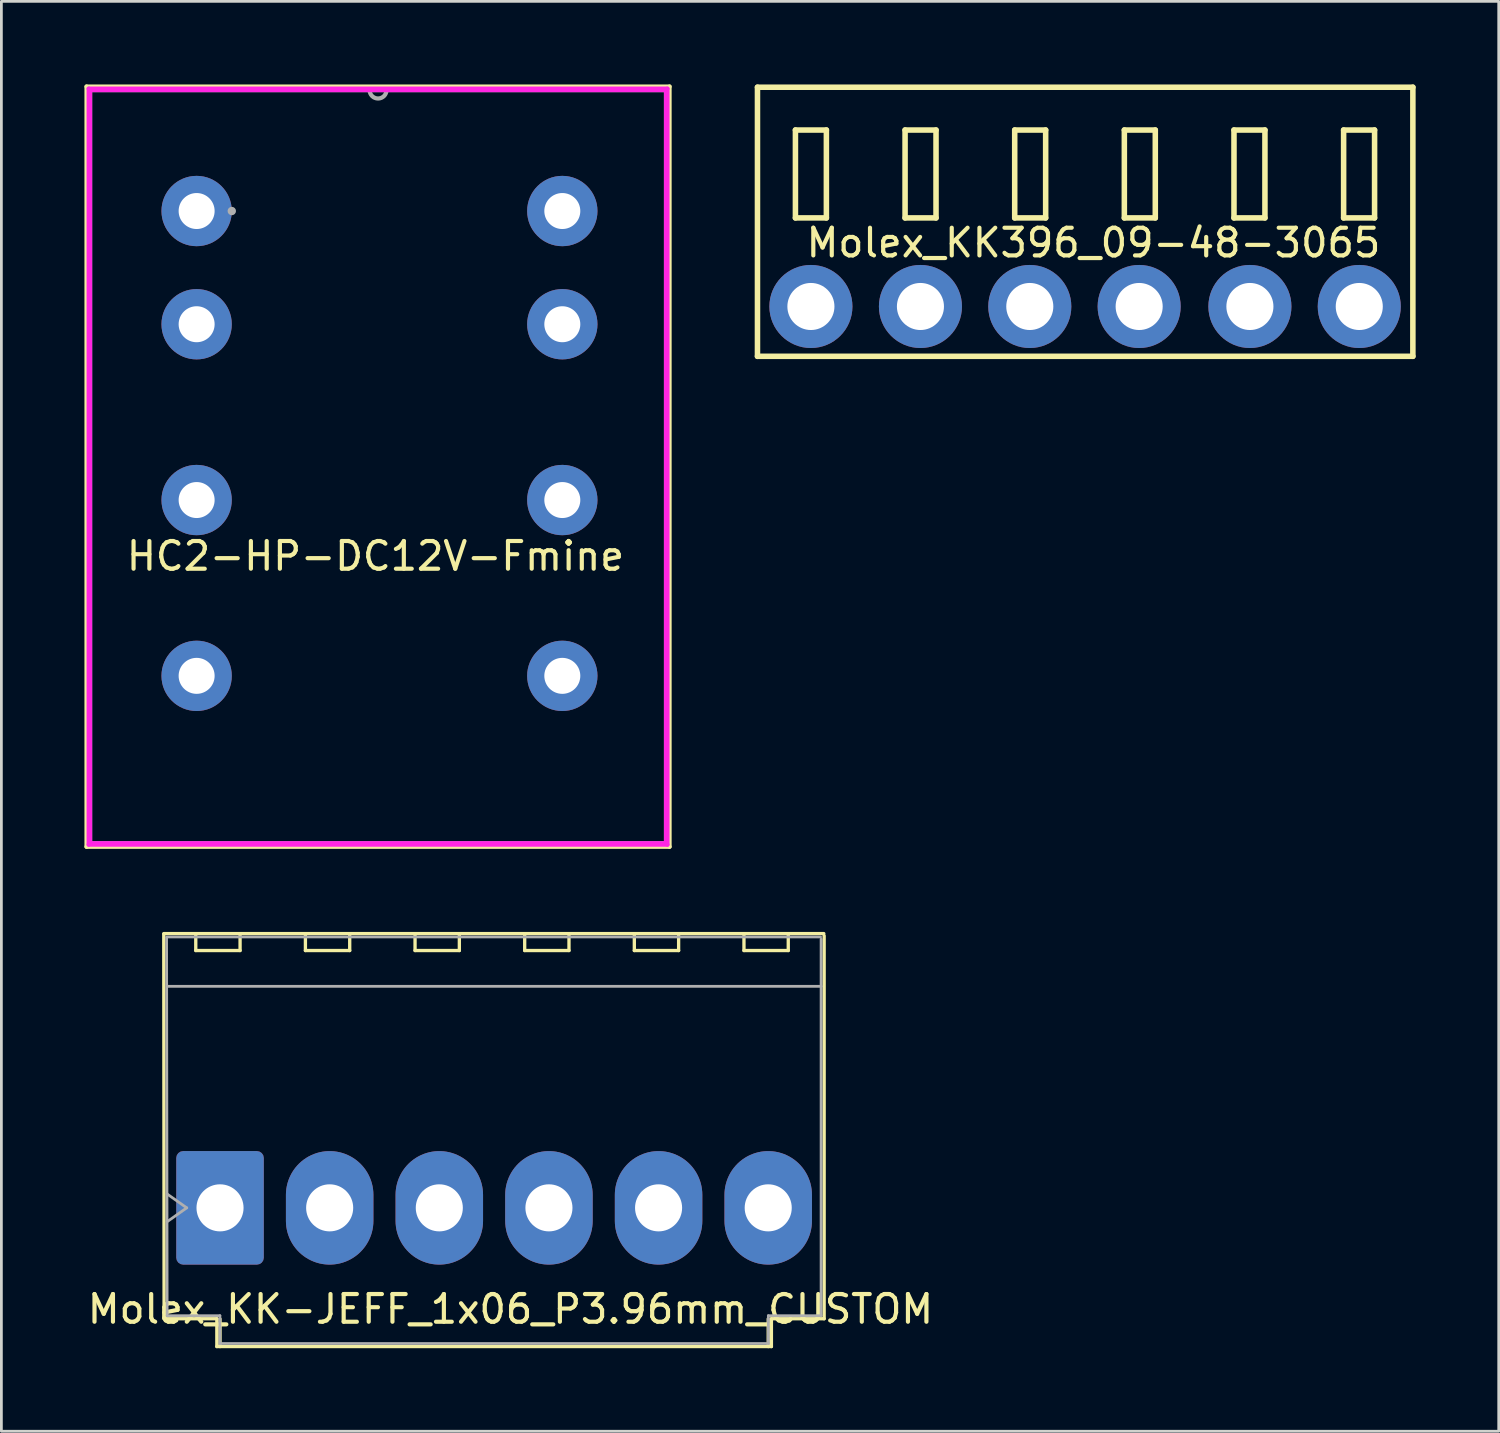
<source format=kicad_pcb>
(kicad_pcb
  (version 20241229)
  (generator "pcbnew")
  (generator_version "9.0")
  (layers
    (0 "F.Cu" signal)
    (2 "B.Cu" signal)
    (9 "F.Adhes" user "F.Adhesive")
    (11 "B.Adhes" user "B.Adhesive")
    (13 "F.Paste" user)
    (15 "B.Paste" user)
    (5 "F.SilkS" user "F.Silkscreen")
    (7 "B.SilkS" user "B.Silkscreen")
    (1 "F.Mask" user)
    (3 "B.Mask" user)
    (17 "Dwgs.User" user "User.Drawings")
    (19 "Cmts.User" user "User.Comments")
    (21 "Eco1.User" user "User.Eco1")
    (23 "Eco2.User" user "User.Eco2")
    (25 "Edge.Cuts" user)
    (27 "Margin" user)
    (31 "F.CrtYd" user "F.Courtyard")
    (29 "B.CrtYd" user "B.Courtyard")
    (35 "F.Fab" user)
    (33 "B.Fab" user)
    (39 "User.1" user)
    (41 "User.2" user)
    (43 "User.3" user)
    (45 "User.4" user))
  (footprint "Molex_KK-JEFF_1x06_P3.96mm_CUSTOM"
    (layer "F.Cu")
    (at 4.897 40.576)
    (property "Reference" "Molex_KK-JEFF_1x06_P3.96mm_CUSTOM" (at 10.49 3.658 0) (layer "F.SilkS") (effects (font (size 1 1) (thickness 0.15))))
    (attr through_hole)
    (fp_line (start -2.032 -9.906) (end 21.808 -9.906) (stroke (width 0.12) (type solid)) (layer "F.SilkS"))
    (fp_line (start -2.02 4.005) (end -2.032 -9.881) (stroke (width 0.12) (type solid)) (layer "F.SilkS"))
    (fp_line (start -0.876 -9.894) (end -0.876 -9.294) (stroke (width 0.12) (type solid)) (layer "F.SilkS"))
    (fp_line (start -0.876 -9.294) (end 0.724 -9.294) (stroke (width 0.12) (type solid)) (layer "F.SilkS"))
    (fp_line (start -0.115 4.005) (end -2.02 4.005) (stroke (width 0.12) (type solid)) (layer "F.SilkS"))
    (fp_line (start -0.115 5.01) (end -0.115 4.005) (stroke (width 0.12) (type solid)) (layer "F.SilkS"))
    (fp_line (start 0 5.01) (end 0 4.01) (stroke (width 0.12) (type solid)) (layer "F.SilkS"))
    (fp_line (start 0.724 -9.294) (end 0.724 -9.894) (stroke (width 0.12) (type solid)) (layer "F.SilkS"))
    (fp_line (start 3.084 -9.894) (end 3.084 -9.294) (stroke (width 0.12) (type solid)) (layer "F.SilkS"))
    (fp_line (start 3.084 -9.294) (end 4.684 -9.294) (stroke (width 0.12) (type solid)) (layer "F.SilkS"))
    (fp_line (start 4.684 -9.294) (end 4.684 -9.894) (stroke (width 0.12) (type solid)) (layer "F.SilkS"))
    (fp_line (start 7.044 -9.894) (end 7.044 -9.294) (stroke (width 0.12) (type solid)) (layer "F.SilkS"))
    (fp_line (start 7.044 -9.294) (end 8.644 -9.294) (stroke (width 0.12) (type solid)) (layer "F.SilkS"))
    (fp_line (start 8.644 -9.294) (end 8.644 -9.894) (stroke (width 0.12) (type solid)) (layer "F.SilkS"))
    (fp_line (start 11.004 -9.894) (end 11.004 -9.294) (stroke (width 0.12) (type solid)) (layer "F.SilkS"))
    (fp_line (start 11.004 -9.294) (end 12.604 -9.294) (stroke (width 0.12) (type solid)) (layer "F.SilkS"))
    (fp_line (start 12.604 -9.294) (end 12.604 -9.894) (stroke (width 0.12) (type solid)) (layer "F.SilkS"))
    (fp_line (start 14.964 -9.894) (end 14.964 -9.294) (stroke (width 0.12) (type solid)) (layer "F.SilkS"))
    (fp_line (start 14.964 -9.294) (end 16.564 -9.294) (stroke (width 0.12) (type solid)) (layer "F.SilkS"))
    (fp_line (start 16.564 -9.294) (end 16.564 -9.894) (stroke (width 0.12) (type solid)) (layer "F.SilkS"))
    (fp_line (start 18.924 -9.894) (end 18.924 -9.294) (stroke (width 0.12) (type solid)) (layer "F.SilkS"))
    (fp_line (start 18.924 -9.294) (end 20.524 -9.294) (stroke (width 0.12) (type solid)) (layer "F.SilkS"))
    (fp_line (start 19.8 4.01) (end 19.8 5.01) (stroke (width 0.12) (type solid)) (layer "F.SilkS"))
    (fp_line (start 19.915 4.005) (end 19.915 5.01) (stroke (width 0.12) (type solid)) (layer "F.SilkS"))
    (fp_line (start 19.915 5.01) (end -0.115 5.01) (stroke (width 0.12) (type solid)) (layer "F.SilkS"))
    (fp_line (start 20.524 -9.294) (end 20.524 -9.894) (stroke (width 0.12) (type solid)) (layer "F.SilkS"))
    (fp_line (start 21.82 -9.83) (end 21.82 4.005) (stroke (width 0.12) (type solid)) (layer "F.SilkS"))
    (fp_line (start 21.82 4.005) (end 19.915 4.005) (stroke (width 0.12) (type solid)) (layer "F.SilkS"))
    (fp_line (start -1.928 -9.784) (end 21.692 -9.784) (stroke (width 0.1) (type solid)) (layer "F.Fab"))
    (fp_line (start -1.91 -0.5) (end -1.203 0) (stroke (width 0.1) (type solid)) (layer "F.Fab"))
    (fp_line (start -1.91 3.895) (end -1.93 -9.754) (stroke (width 0.1) (type solid)) (layer "F.Fab"))
    (fp_line (start -1.903 -8.001) (end 21.717 -8.001) (stroke (width 0.1) (type solid)) (layer "F.Fab"))
    (fp_line (start -1.203 0) (end -1.91 0.5) (stroke (width 0.1) (type solid)) (layer "F.Fab"))
    (fp_line (start -0.005 3.895) (end -1.91 3.895) (stroke (width 0.1) (type solid)) (layer "F.Fab"))
    (fp_line (start -0.005 4.9) (end -0.005 3.895) (stroke (width 0.1) (type solid)) (layer "F.Fab"))
    (fp_line (start 19.805 3.895) (end 19.805 4.9) (stroke (width 0.1) (type solid)) (layer "F.Fab"))
    (fp_line (start 19.805 4.9) (end -0.005 4.9) (stroke (width 0.1) (type solid)) (layer "F.Fab"))
    (fp_line (start 21.71 -9.703) (end 21.71 3.895) (stroke (width 0.1) (type solid)) (layer "F.Fab"))
    (fp_line (start 21.71 3.895) (end 19.805 3.895) (stroke (width 0.1) (type solid)) (layer "F.Fab"))
    (pad "1" thru_hole roundrect (at 0 0) (size 3.16 4.1) (drill 1.7) (layers "*.Cu" "*.Mask") (roundrect_rratio 0.079))
    (pad "2" thru_hole oval (at 3.96 0) (size 3.16 4.1) (drill 1.7) (layers "*.Cu" "*.Mask"))
    (pad "3" thru_hole oval (at 7.92 0) (size 3.16 4.1) (drill 1.7) (layers "*.Cu" "*.Mask"))
    (pad "4" thru_hole oval (at 11.88 0) (size 3.16 4.1) (drill 1.7) (layers "*.Cu" "*.Mask"))
    (pad "5" thru_hole oval (at 15.84 0) (size 3.16 4.1) (drill 1.7) (layers "*.Cu" "*.Mask"))
    (pad "6" thru_hole oval (at 19.8 0) (size 3.16 4.1) (drill 1.7) (layers "*.Cu" "*.Mask")))
  (footprint "Molex_KK396_09-48-3065"
    (layer "F.Cu")
    (at 36.145 9.52)
    (property "Reference" "Molex_KK396_09-48-3065" (at 0.3 -3.8 0) (layer "F.SilkS") (effects (font (size 1 1) (thickness 0.15))))
    (attr through_hole)
    (fp_line (start -11.836 -9.42) (end 11.836 -9.42) (stroke (width 0.2) (type solid)) (layer "F.SilkS"))
    (fp_line (start -11.836 0.3) (end -11.836 -9.42) (stroke (width 0.2) (type solid)) (layer "F.SilkS"))
    (fp_line (start -10.465 -7.874) (end -9.347 -7.874) (stroke (width 0.2) (type solid)) (layer "F.SilkS"))
    (fp_line (start -10.465 -4.699) (end -10.465 -7.874) (stroke (width 0.2) (type solid)) (layer "F.SilkS"))
    (fp_line (start -9.347 -7.874) (end -9.347 -4.699) (stroke (width 0.2) (type solid)) (layer "F.SilkS"))
    (fp_line (start -9.347 -4.699) (end -10.465 -4.699) (stroke (width 0.2) (type solid)) (layer "F.SilkS"))
    (fp_line (start -6.505 -7.874) (end -5.387 -7.874) (stroke (width 0.2) (type solid)) (layer "F.SilkS"))
    (fp_line (start -6.505 -4.699) (end -6.505 -7.874) (stroke (width 0.2) (type solid)) (layer "F.SilkS"))
    (fp_line (start -5.387 -7.874) (end -5.387 -4.699) (stroke (width 0.2) (type solid)) (layer "F.SilkS"))
    (fp_line (start -5.387 -4.699) (end -6.505 -4.699) (stroke (width 0.2) (type solid)) (layer "F.SilkS"))
    (fp_line (start -2.545 -7.874) (end -1.427 -7.874) (stroke (width 0.2) (type solid)) (layer "F.SilkS"))
    (fp_line (start -2.545 -4.699) (end -2.545 -7.874) (stroke (width 0.2) (type solid)) (layer "F.SilkS"))
    (fp_line (start -1.427 -7.874) (end -1.427 -4.699) (stroke (width 0.2) (type solid)) (layer "F.SilkS"))
    (fp_line (start -1.427 -4.699) (end -2.545 -4.699) (stroke (width 0.2) (type solid)) (layer "F.SilkS"))
    (fp_line (start 1.415 -7.874) (end 2.533 -7.874) (stroke (width 0.2) (type solid)) (layer "F.SilkS"))
    (fp_line (start 1.415 -4.699) (end 1.415 -7.874) (stroke (width 0.2) (type solid)) (layer "F.SilkS"))
    (fp_line (start 2.533 -7.874) (end 2.533 -4.699) (stroke (width 0.2) (type solid)) (layer "F.SilkS"))
    (fp_line (start 2.533 -4.699) (end 1.415 -4.699) (stroke (width 0.2) (type solid)) (layer "F.SilkS"))
    (fp_line (start 5.375 -7.874) (end 6.493 -7.874) (stroke (width 0.2) (type solid)) (layer "F.SilkS"))
    (fp_line (start 5.375 -4.699) (end 5.375 -7.874) (stroke (width 0.2) (type solid)) (layer "F.SilkS"))
    (fp_line (start 6.493 -7.874) (end 6.493 -4.699) (stroke (width 0.2) (type solid)) (layer "F.SilkS"))
    (fp_line (start 6.493 -4.699) (end 5.375 -4.699) (stroke (width 0.2) (type solid)) (layer "F.SilkS"))
    (fp_line (start 9.335 -7.874) (end 10.453 -7.874) (stroke (width 0.2) (type solid)) (layer "F.SilkS"))
    (fp_line (start 9.335 -4.699) (end 9.335 -7.874) (stroke (width 0.2) (type solid)) (layer "F.SilkS"))
    (fp_line (start 10.453 -7.874) (end 10.453 -4.699) (stroke (width 0.2) (type solid)) (layer "F.SilkS"))
    (fp_line (start 10.453 -4.699) (end 9.335 -4.699) (stroke (width 0.2) (type solid)) (layer "F.SilkS"))
    (fp_line (start 11.836 -9.42) (end 11.836 0.3) (stroke (width 0.2) (type solid)) (layer "F.SilkS"))
    (fp_line (start 11.836 0.3) (end -11.836 0.3) (stroke (width 0.2) (type solid)) (layer "F.SilkS"))
    (pad "1" thru_hole circle (at -9.906 -1.5) (size 3 3) (drill 1.7) (layers "*.Cu" "*.Mask"))
    (pad "2" thru_hole circle (at -5.95 -1.5) (size 3 3) (drill 1.7) (layers "*.Cu" "*.Mask"))
    (pad "2" thru_hole circle (at -2 -1.5) (size 3 3) (drill 1.7) (layers "*.Cu" "*.Mask"))
    (pad "2" thru_hole circle (at 1.95 -1.5) (size 3 3) (drill 1.7) (layers "*.Cu" "*.Mask"))
    (pad "2" thru_hole circle (at 5.95 -1.5) (size 3 3) (drill 1.7) (layers "*.Cu" "*.Mask"))
    (pad "2" thru_hole circle (at 9.9 -1.5) (size 3 3) (drill 1.7) (layers "*.Cu" "*.Mask")))
  (footprint "HC2-HP-DC12V-Fmine"
    (layer "F.Cu")
    (at 17.285 22.987)
    (property "Reference" "HC2-HP-DC12V-Fmine" (at -6.773 -5.951 180) (layer "F.SilkS") (effects (font (size 1 1) (thickness 0.15))))
    (attr through_hole)
    (fp_line (start -17.209 -22.911) (end -17.209 4.547) (stroke (width 0.152) (type solid)) (layer "F.SilkS"))
    (fp_line (start -17.209 4.547) (end 3.848 4.547) (stroke (width 0.152) (type solid)) (layer "F.SilkS"))
    (fp_line (start 3.848 -22.911) (end -17.209 -22.911) (stroke (width 0.152) (type solid)) (layer "F.SilkS"))
    (fp_line (start 3.848 4.547) (end 3.848 -22.911) (stroke (width 0.152) (type solid)) (layer "F.SilkS"))
    (fp_line (start -17.132 -22.835) (end 3.772 -22.835) (stroke (width 0.152) (type solid)) (layer "F.CrtYd"))
    (fp_line (start -17.132 4.47) (end -17.132 -22.835) (stroke (width 0.152) (type solid)) (layer "F.CrtYd"))
    (fp_line (start -17.081 -22.784) (end 3.721 -22.784) (stroke (width 0.152) (type solid)) (layer "F.CrtYd"))
    (fp_line (start -17.081 4.42) (end -17.081 -22.784) (stroke (width 0.152) (type solid)) (layer "F.CrtYd"))
    (fp_line (start 3.721 -22.784) (end 3.721 4.42) (stroke (width 0.152) (type solid)) (layer "F.CrtYd"))
    (fp_line (start 3.721 4.42) (end -17.081 4.42) (stroke (width 0.152) (type solid)) (layer "F.CrtYd"))
    (fp_line (start 3.772 -22.835) (end 3.772 4.47) (stroke (width 0.152) (type solid)) (layer "F.CrtYd"))
    (fp_line (start 3.772 4.47) (end -17.132 4.47) (stroke (width 0.152) (type solid)) (layer "F.CrtYd"))
    (fp_line (start -17.081 -22.784) (end -17.081 4.42) (stroke (width 0.152) (type solid)) (layer "F.Fab"))
    (fp_line (start -17.081 4.42) (end 3.721 4.42) (stroke (width 0.152) (type solid)) (layer "F.Fab"))
    (fp_line (start 3.721 -22.784) (end -17.081 -22.784) (stroke (width 0.152) (type solid)) (layer "F.Fab"))
    (fp_line (start 3.721 4.42) (end 3.721 -22.784) (stroke (width 0.152) (type solid)) (layer "F.Fab"))
    (fp_arc (start -6.3754 -22.7838) (mid -6.6802 -22.479) (end -6.985 -22.7838) (stroke (width 0.1524) (type solid)) (layer "F.Fab"))
    (fp_circle (center -11.963 -18.415) (end -11.887 -18.415) (stroke (width 0.152) (type solid)) (fill no) (layer "F.Fab"))
    (pad "1" thru_hole circle (at -0.025 -1.626) (size 2.54 2.54) (drill 1.3) (layers "*.Cu" "*.Mask"))
    (pad "2" thru_hole circle (at -0.025 -14.326) (size 2.54 2.54) (drill 1.3) (layers "*.Cu" "*.Mask"))
    (pad "3" thru_hole circle (at -0.025 -7.976) (size 2.54 2.54) (drill 1.3) (layers "*.Cu" "*.Mask"))
    (pad "4" thru_hole circle (at -0.025 -18.415) (size 2.54 2.54) (drill 1.3) (layers "*.Cu" "*.Mask"))
    (pad "5" thru_hole circle (at -13.233 -18.415) (size 2.54 2.54) (drill 1.3) (layers "*.Cu" "*.Mask"))
    (pad "6" thru_hole circle (at -13.233 -7.976) (size 2.54 2.54) (drill 1.3) (layers "*.Cu" "*.Mask"))
    (pad "7" thru_hole circle (at -13.233 -14.326) (size 2.54 2.54) (drill 1.3) (layers "*.Cu" "*.Mask"))
    (pad "8" thru_hole circle (at -13.233 -1.626) (size 2.54 2.54) (drill 1.3) (layers "*.Cu" "*.Mask")))
  (gr_rect
    (start -3 -3)
    (end 51.082 48.646)
    (stroke (width 0.1) (type default))
    (fill no)
    (layer "Edge.Cuts")))
</source>
